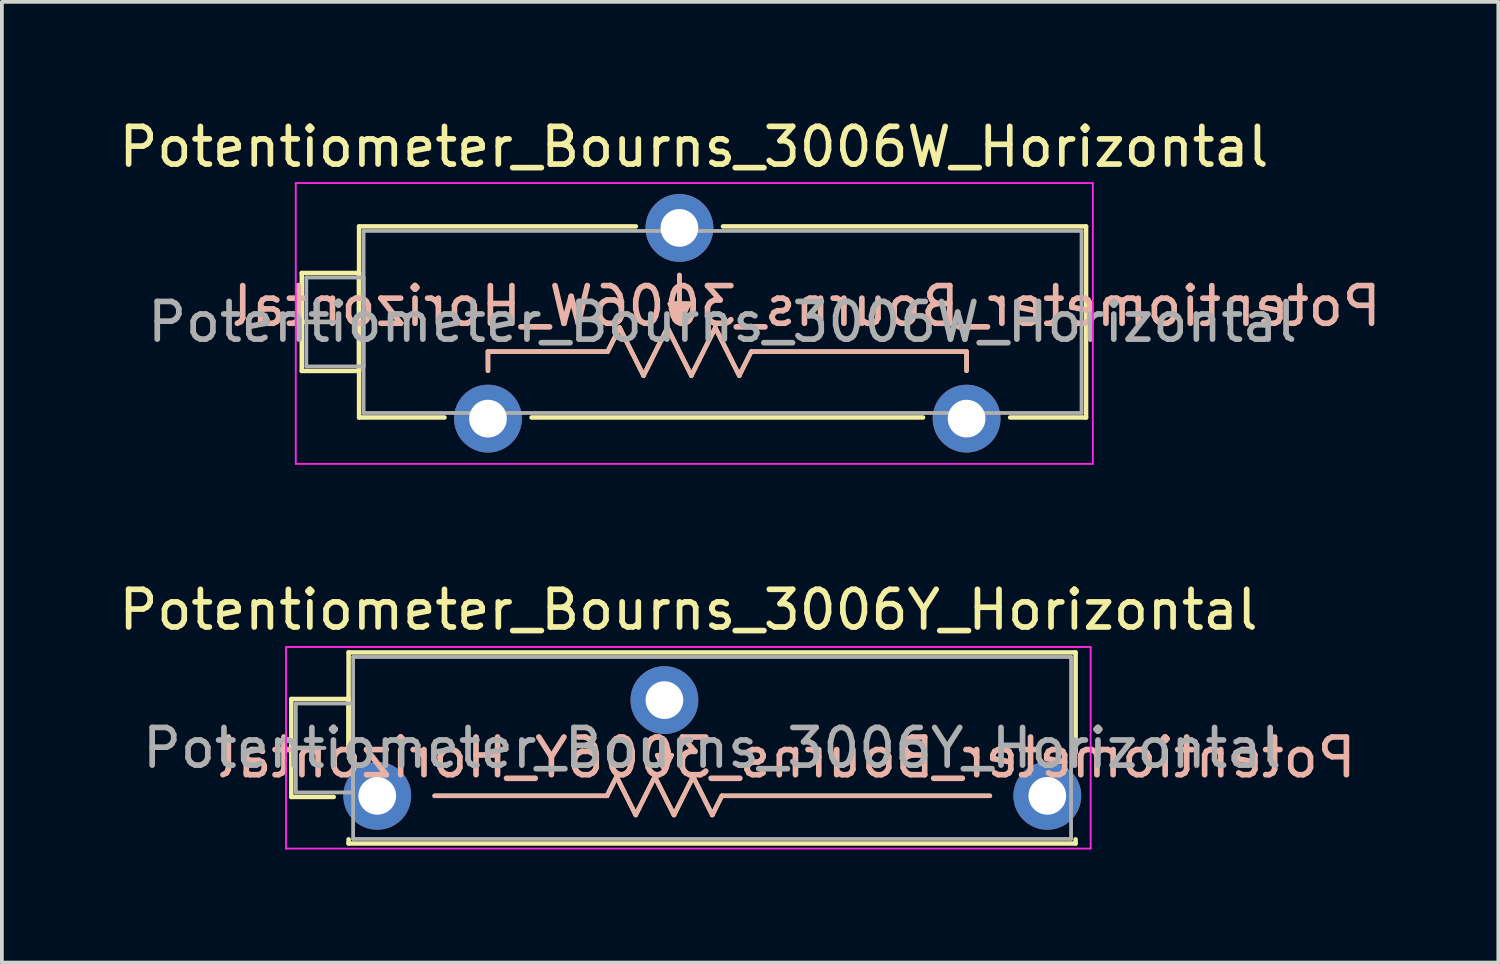
<source format=kicad_pcb>
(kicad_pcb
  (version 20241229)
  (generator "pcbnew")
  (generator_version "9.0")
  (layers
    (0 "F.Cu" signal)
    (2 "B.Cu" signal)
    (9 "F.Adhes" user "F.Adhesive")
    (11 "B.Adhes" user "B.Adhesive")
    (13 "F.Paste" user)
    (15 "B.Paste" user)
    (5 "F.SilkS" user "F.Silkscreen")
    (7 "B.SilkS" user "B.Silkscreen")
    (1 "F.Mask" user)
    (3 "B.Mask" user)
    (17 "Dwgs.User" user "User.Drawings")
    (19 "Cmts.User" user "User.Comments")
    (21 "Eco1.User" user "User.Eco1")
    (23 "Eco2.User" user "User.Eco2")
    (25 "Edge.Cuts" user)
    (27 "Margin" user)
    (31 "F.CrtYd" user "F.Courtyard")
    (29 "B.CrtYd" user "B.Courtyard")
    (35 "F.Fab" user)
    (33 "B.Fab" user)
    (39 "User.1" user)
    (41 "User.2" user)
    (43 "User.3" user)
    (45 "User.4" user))
  (footprint "Potentiometer_Bourns_3006Y_Horizontal"
    (layer "F.Cu")
    (at 24.74 18.067)
    (property "Reference" "Potentiometer_Bourns_3006Y_Horizontal" (at -9.52 -4.935 0) (layer "F.SilkS") (effects (font (size 1 1) (thickness 0.15))))
    (attr through_hole)
    (fp_line (start -20.06 -2.569) (end -20.06 0.03) (stroke (width 0.12) (type solid)) (layer "F.SilkS"))
    (fp_line (start -20.06 -2.569) (end -18.541 -2.569) (stroke (width 0.12) (type solid)) (layer "F.SilkS"))
    (fp_line (start -20.06 -1.27) (end -19.301 -1.27) (stroke (width 0.12) (type solid)) (layer "F.SilkS"))
    (fp_line (start -20.06 0.03) (end -18.935 0.03) (stroke (width 0.12) (type solid)) (layer "F.SilkS"))
    (fp_line (start -18.541 -2.569) (end -18.541 -1.155) (stroke (width 0.12) (type solid)) (layer "F.SilkS"))
    (fp_line (start -18.54 -3.805) (end -18.54 -1.155) (stroke (width 0.12) (type solid)) (layer "F.SilkS"))
    (fp_line (start -18.54 -3.805) (end 0.75 -3.805) (stroke (width 0.12) (type solid)) (layer "F.SilkS"))
    (fp_line (start -18.54 1.155) (end -18.54 1.265) (stroke (width 0.12) (type solid)) (layer "F.SilkS"))
    (fp_line (start -18.54 1.265) (end 0.75 1.265) (stroke (width 0.12) (type solid)) (layer "F.SilkS"))
    (fp_line (start -11.684 0) (end -16.256 0) (stroke (width 0.12) (type solid)) (layer "F.SilkS"))
    (fp_line (start -11.684 0) (end -11.43 -0.508) (stroke (width 0.12) (type solid)) (layer "F.SilkS"))
    (fp_line (start -11.43 -0.508) (end -10.922 0.508) (stroke (width 0.12) (type solid)) (layer "F.SilkS"))
    (fp_line (start -10.922 0.508) (end -10.414 -0.508) (stroke (width 0.12) (type solid)) (layer "F.SilkS"))
    (fp_line (start -10.414 -0.508) (end -9.906 0.508) (stroke (width 0.12) (type solid)) (layer "F.SilkS"))
    (fp_line (start -10.16 -1.333) (end -10.16 -0.699) (stroke (width 0.12) (type solid)) (layer "F.SilkS"))
    (fp_line (start -9.906 0.508) (end -9.398 -0.508) (stroke (width 0.12) (type solid)) (layer "F.SilkS"))
    (fp_line (start -9.398 -0.508) (end -8.89 0.508) (stroke (width 0.12) (type solid)) (layer "F.SilkS"))
    (fp_line (start -8.89 0.508) (end -8.636 0) (stroke (width 0.12) (type solid)) (layer "F.SilkS"))
    (fp_line (start -8.636 0) (end -1.524 0) (stroke (width 0.12) (type solid)) (layer "F.SilkS"))
    (fp_line (start 0.75 -3.805) (end 0.75 -1.155) (stroke (width 0.12) (type solid)) (layer "F.SilkS"))
    (fp_line (start 0.75 1.155) (end 0.75 1.265) (stroke (width 0.12) (type solid)) (layer "F.SilkS"))
    (fp_poly (pts (xy -10.16 -0.699) (xy -10.351 -1.079) (xy -9.97 -1.079)) (stroke (width 0.12) (type solid)) (fill yes) (layer "F.SilkS"))
    (fp_line (start -16.256 0) (end -11.684 0) (stroke (width 0.12) (type solid)) (layer "B.SilkS"))
    (fp_line (start -11.684 0) (end -11.43 -0.508) (stroke (width 0.12) (type solid)) (layer "B.SilkS"))
    (fp_line (start -11.43 -0.508) (end -10.922 0.508) (stroke (width 0.12) (type solid)) (layer "B.SilkS"))
    (fp_line (start -10.922 0.508) (end -10.414 -0.508) (stroke (width 0.12) (type solid)) (layer "B.SilkS"))
    (fp_line (start -10.414 -0.508) (end -9.906 0.508) (stroke (width 0.12) (type solid)) (layer "B.SilkS"))
    (fp_line (start -10.16 -1.333) (end -10.16 -0.699) (stroke (width 0.12) (type solid)) (layer "B.SilkS"))
    (fp_line (start -9.906 0.508) (end -9.398 -0.508) (stroke (width 0.12) (type solid)) (layer "B.SilkS"))
    (fp_line (start -9.398 -0.508) (end -8.89 0.508) (stroke (width 0.12) (type solid)) (layer "B.SilkS"))
    (fp_line (start -8.89 0.508) (end -8.636 0) (stroke (width 0.12) (type solid)) (layer "B.SilkS"))
    (fp_line (start -8.636 0) (end -1.524 0) (stroke (width 0.12) (type solid)) (layer "B.SilkS"))
    (fp_poly (pts (xy -10.16 -0.699) (xy -10.351 -1.079) (xy -9.97 -1.079)) (stroke (width 0.12) (type solid)) (fill yes) (layer "B.SilkS"))
    (fp_line (start -20.2 -3.95) (end -20.2 1.4) (stroke (width 0.05) (type solid)) (layer "F.CrtYd"))
    (fp_line (start -20.2 1.4) (end 1.15 1.4) (stroke (width 0.05) (type solid)) (layer "F.CrtYd"))
    (fp_line (start 1.15 -3.95) (end -20.2 -3.95) (stroke (width 0.05) (type solid)) (layer "F.CrtYd"))
    (fp_line (start 1.15 1.4) (end 1.15 -3.95) (stroke (width 0.05) (type solid)) (layer "F.CrtYd"))
    (fp_line (start -19.94 -2.45) (end -19.94 -0.09) (stroke (width 0.1) (type solid)) (layer "F.Fab"))
    (fp_line (start -19.94 -1.27) (end -19.18 -1.27) (stroke (width 0.1) (type solid)) (layer "F.Fab"))
    (fp_line (start -19.94 -0.09) (end -18.42 -0.09) (stroke (width 0.1) (type solid)) (layer "F.Fab"))
    (fp_line (start -18.42 -3.685) (end -18.42 1.145) (stroke (width 0.1) (type solid)) (layer "F.Fab"))
    (fp_line (start -18.42 -2.45) (end -19.94 -2.45) (stroke (width 0.1) (type solid)) (layer "F.Fab"))
    (fp_line (start -18.42 -0.09) (end -18.42 -2.45) (stroke (width 0.1) (type solid)) (layer "F.Fab"))
    (fp_line (start -18.42 1.145) (end 0.63 1.145) (stroke (width 0.1) (type solid)) (layer "F.Fab"))
    (fp_line (start 0.63 -3.685) (end -18.42 -3.685) (stroke (width 0.1) (type solid)) (layer "F.Fab"))
    (fp_line (start 0.63 1.145) (end 0.63 -3.685) (stroke (width 0.1) (type solid)) (layer "F.Fab"))
    (fp_text user "${REFERENCE}" (at -6.921 -1.016 0) (unlocked yes) (layer "B.SilkS") (effects (font (size 1 1) (thickness 0.15)) (justify mirror)))
    (fp_text user "${REFERENCE}" (at -8.895 -1.27 0) (layer "F.Fab") (effects (font (size 1 1) (thickness 0.15))))
    (pad "1" thru_hole circle (at 0 0) (size 1.8 1.8) (drill 1) (layers "*.Cu" "*.Mask"))
    (pad "2" thru_hole circle (at -10.16 -2.54) (size 1.8 1.8) (drill 1) (layers "*.Cu" "*.Mask"))
    (pad "3" thru_hole circle (at -17.78 0) (size 1.8 1.8) (drill 1) (layers "*.Cu" "*.Mask")))
  (footprint "Potentiometer_Bourns_3006W_Horizontal"
    (layer "F.Cu")
    (at 22.598 8.058)
    (property "Reference" "Potentiometer_Bourns_3006W_Horizontal" (at -7.235 -7.21 0) (layer "F.SilkS") (effects (font (size 1 1) (thickness 0.15))))
    (attr through_hole)
    (fp_line (start -17.64 -3.864) (end -17.64 -1.265) (stroke (width 0.12) (type solid)) (layer "F.SilkS"))
    (fp_line (start -17.64 -3.864) (end -16.121 -3.864) (stroke (width 0.12) (type solid)) (layer "F.SilkS"))
    (fp_line (start -17.64 -2.565) (end -16.881 -2.565) (stroke (width 0.12) (type solid)) (layer "F.SilkS"))
    (fp_line (start -17.64 -1.265) (end -16.121 -1.265) (stroke (width 0.12) (type solid)) (layer "F.SilkS"))
    (fp_line (start -16.121 -3.864) (end -16.121 -1.265) (stroke (width 0.12) (type solid)) (layer "F.SilkS"))
    (fp_line (start -16.12 -5.1) (end -16.12 -0.03) (stroke (width 0.12) (type solid)) (layer "F.SilkS"))
    (fp_line (start -16.12 -5.1) (end -8.775 -5.1) (stroke (width 0.12) (type solid)) (layer "F.SilkS"))
    (fp_line (start -16.12 -0.03) (end -13.854 -0.03) (stroke (width 0.12) (type solid)) (layer "F.SilkS"))
    (fp_line (start -12.7 -1.778) (end -12.7 -1.27) (stroke (width 0.12) (type solid)) (layer "F.SilkS"))
    (fp_line (start -11.544 -0.03) (end -1.155 -0.03) (stroke (width 0.12) (type solid)) (layer "F.SilkS"))
    (fp_line (start -9.525 -1.778) (end -12.7 -1.778) (stroke (width 0.12) (type solid)) (layer "F.SilkS"))
    (fp_line (start -9.525 -1.778) (end -9.207 -2.413) (stroke (width 0.12) (type solid)) (layer "F.SilkS"))
    (fp_line (start -9.207 -2.413) (end -8.572 -1.143) (stroke (width 0.12) (type solid)) (layer "F.SilkS"))
    (fp_line (start -8.572 -1.143) (end -7.938 -2.413) (stroke (width 0.12) (type solid)) (layer "F.SilkS"))
    (fp_line (start -7.938 -2.413) (end -7.303 -1.143) (stroke (width 0.12) (type solid)) (layer "F.SilkS"))
    (fp_line (start -7.62 -3.81) (end -7.62 -2.54) (stroke (width 0.12) (type solid)) (layer "F.SilkS"))
    (fp_line (start -7.303 -1.143) (end -6.668 -2.413) (stroke (width 0.12) (type solid)) (layer "F.SilkS"))
    (fp_line (start -6.668 -2.413) (end -6.032 -1.143) (stroke (width 0.12) (type solid)) (layer "F.SilkS"))
    (fp_line (start -6.465 -5.1) (end 3.17 -5.1) (stroke (width 0.12) (type solid)) (layer "F.SilkS"))
    (fp_line (start -6.032 -1.143) (end -5.715 -1.778) (stroke (width 0.12) (type solid)) (layer "F.SilkS"))
    (fp_line (start -5.715 -1.778) (end 0 -1.778) (stroke (width 0.12) (type solid)) (layer "F.SilkS"))
    (fp_line (start 0 -1.778) (end 0 -1.27) (stroke (width 0.12) (type solid)) (layer "F.SilkS"))
    (fp_line (start 1.155 -0.03) (end 3.17 -0.03) (stroke (width 0.12) (type solid)) (layer "F.SilkS"))
    (fp_line (start 3.17 -5.1) (end 3.17 -0.03) (stroke (width 0.12) (type solid)) (layer "F.SilkS"))
    (fp_poly (pts (xy -7.62 -2.54) (xy -7.874 -3.048) (xy -7.366 -3.048)) (stroke (width 0.12) (type solid)) (fill yes) (layer "F.SilkS"))
    (fp_line (start -12.7 -1.778) (end -9.525 -1.778) (stroke (width 0.12) (type solid)) (layer "B.SilkS"))
    (fp_line (start -12.7 -1.27) (end -12.7 -1.778) (stroke (width 0.12) (type solid)) (layer "B.SilkS"))
    (fp_line (start -9.525 -1.778) (end -9.207 -2.413) (stroke (width 0.12) (type solid)) (layer "B.SilkS"))
    (fp_line (start -9.207 -2.413) (end -8.572 -1.143) (stroke (width 0.12) (type solid)) (layer "B.SilkS"))
    (fp_line (start -8.572 -1.143) (end -7.938 -2.413) (stroke (width 0.12) (type solid)) (layer "B.SilkS"))
    (fp_line (start -7.938 -2.413) (end -7.303 -1.143) (stroke (width 0.12) (type solid)) (layer "B.SilkS"))
    (fp_line (start -7.62 -3.81) (end -7.62 -2.54) (stroke (width 0.12) (type solid)) (layer "B.SilkS"))
    (fp_line (start -7.303 -1.143) (end -6.668 -2.413) (stroke (width 0.12) (type solid)) (layer "B.SilkS"))
    (fp_line (start -6.668 -2.413) (end -6.032 -1.143) (stroke (width 0.12) (type solid)) (layer "B.SilkS"))
    (fp_line (start -6.032 -1.143) (end -5.715 -1.778) (stroke (width 0.12) (type solid)) (layer "B.SilkS"))
    (fp_line (start -5.715 -1.778) (end 0 -1.778) (stroke (width 0.12) (type solid)) (layer "B.SilkS"))
    (fp_line (start 0 -1.778) (end 0 -1.27) (stroke (width 0.12) (type solid)) (layer "B.SilkS"))
    (fp_poly (pts (xy -7.62 -2.54) (xy -7.874 -3.048) (xy -7.366 -3.048)) (stroke (width 0.12) (type solid)) (fill yes) (layer "B.SilkS"))
    (fp_line (start -17.8 -6.25) (end -17.8 1.2) (stroke (width 0.05) (type solid)) (layer "F.CrtYd"))
    (fp_line (start -17.8 1.2) (end 3.35 1.2) (stroke (width 0.05) (type solid)) (layer "F.CrtYd"))
    (fp_line (start 3.35 -6.25) (end -17.8 -6.25) (stroke (width 0.05) (type solid)) (layer "F.CrtYd"))
    (fp_line (start 3.35 1.2) (end 3.35 -6.25) (stroke (width 0.05) (type solid)) (layer "F.CrtYd"))
    (fp_line (start -17.52 -3.745) (end -17.52 -1.385) (stroke (width 0.1) (type solid)) (layer "F.Fab"))
    (fp_line (start -17.52 -2.565) (end -16.76 -2.565) (stroke (width 0.1) (type solid)) (layer "F.Fab"))
    (fp_line (start -17.52 -1.385) (end -16 -1.385) (stroke (width 0.1) (type solid)) (layer "F.Fab"))
    (fp_line (start -16 -4.98) (end -16 -0.15) (stroke (width 0.1) (type solid)) (layer "F.Fab"))
    (fp_line (start -16 -3.745) (end -17.52 -3.745) (stroke (width 0.1) (type solid)) (layer "F.Fab"))
    (fp_line (start -16 -1.385) (end -16 -3.745) (stroke (width 0.1) (type solid)) (layer "F.Fab"))
    (fp_line (start -16 -0.15) (end 3.05 -0.15) (stroke (width 0.1) (type solid)) (layer "F.Fab"))
    (fp_line (start 3.05 -4.98) (end -16 -4.98) (stroke (width 0.1) (type solid)) (layer "F.Fab"))
    (fp_line (start 3.05 -0.15) (end 3.05 -4.98) (stroke (width 0.1) (type solid)) (layer "F.Fab"))
    (fp_text user "${REFERENCE}" (at -4.255 -2.985 0) (unlocked yes) (layer "B.SilkS") (effects (font (size 1 1) (thickness 0.15)) (justify mirror)))
    (fp_text user "${REFERENCE}" (at -6.475 -2.565 0) (layer "F.Fab") (effects (font (size 1 1) (thickness 0.15))))
    (pad "1" thru_hole circle (at 0 0) (size 1.8 1.8) (drill 1) (layers "*.Cu" "*.Mask"))
    (pad "2" thru_hole circle (at -7.62 -5.06) (size 1.8 1.8) (drill 1) (layers "*.Cu" "*.Mask"))
    (pad "3" thru_hole circle (at -12.7 0) (size 1.8 1.8) (drill 1) (layers "*.Cu" "*.Mask")))
  (gr_rect
    (start -3 -3)
    (end 36.707 22.491)
    (stroke (width 0.1) (type default))
    (fill no)
    (layer "Edge.Cuts")))
</source>
